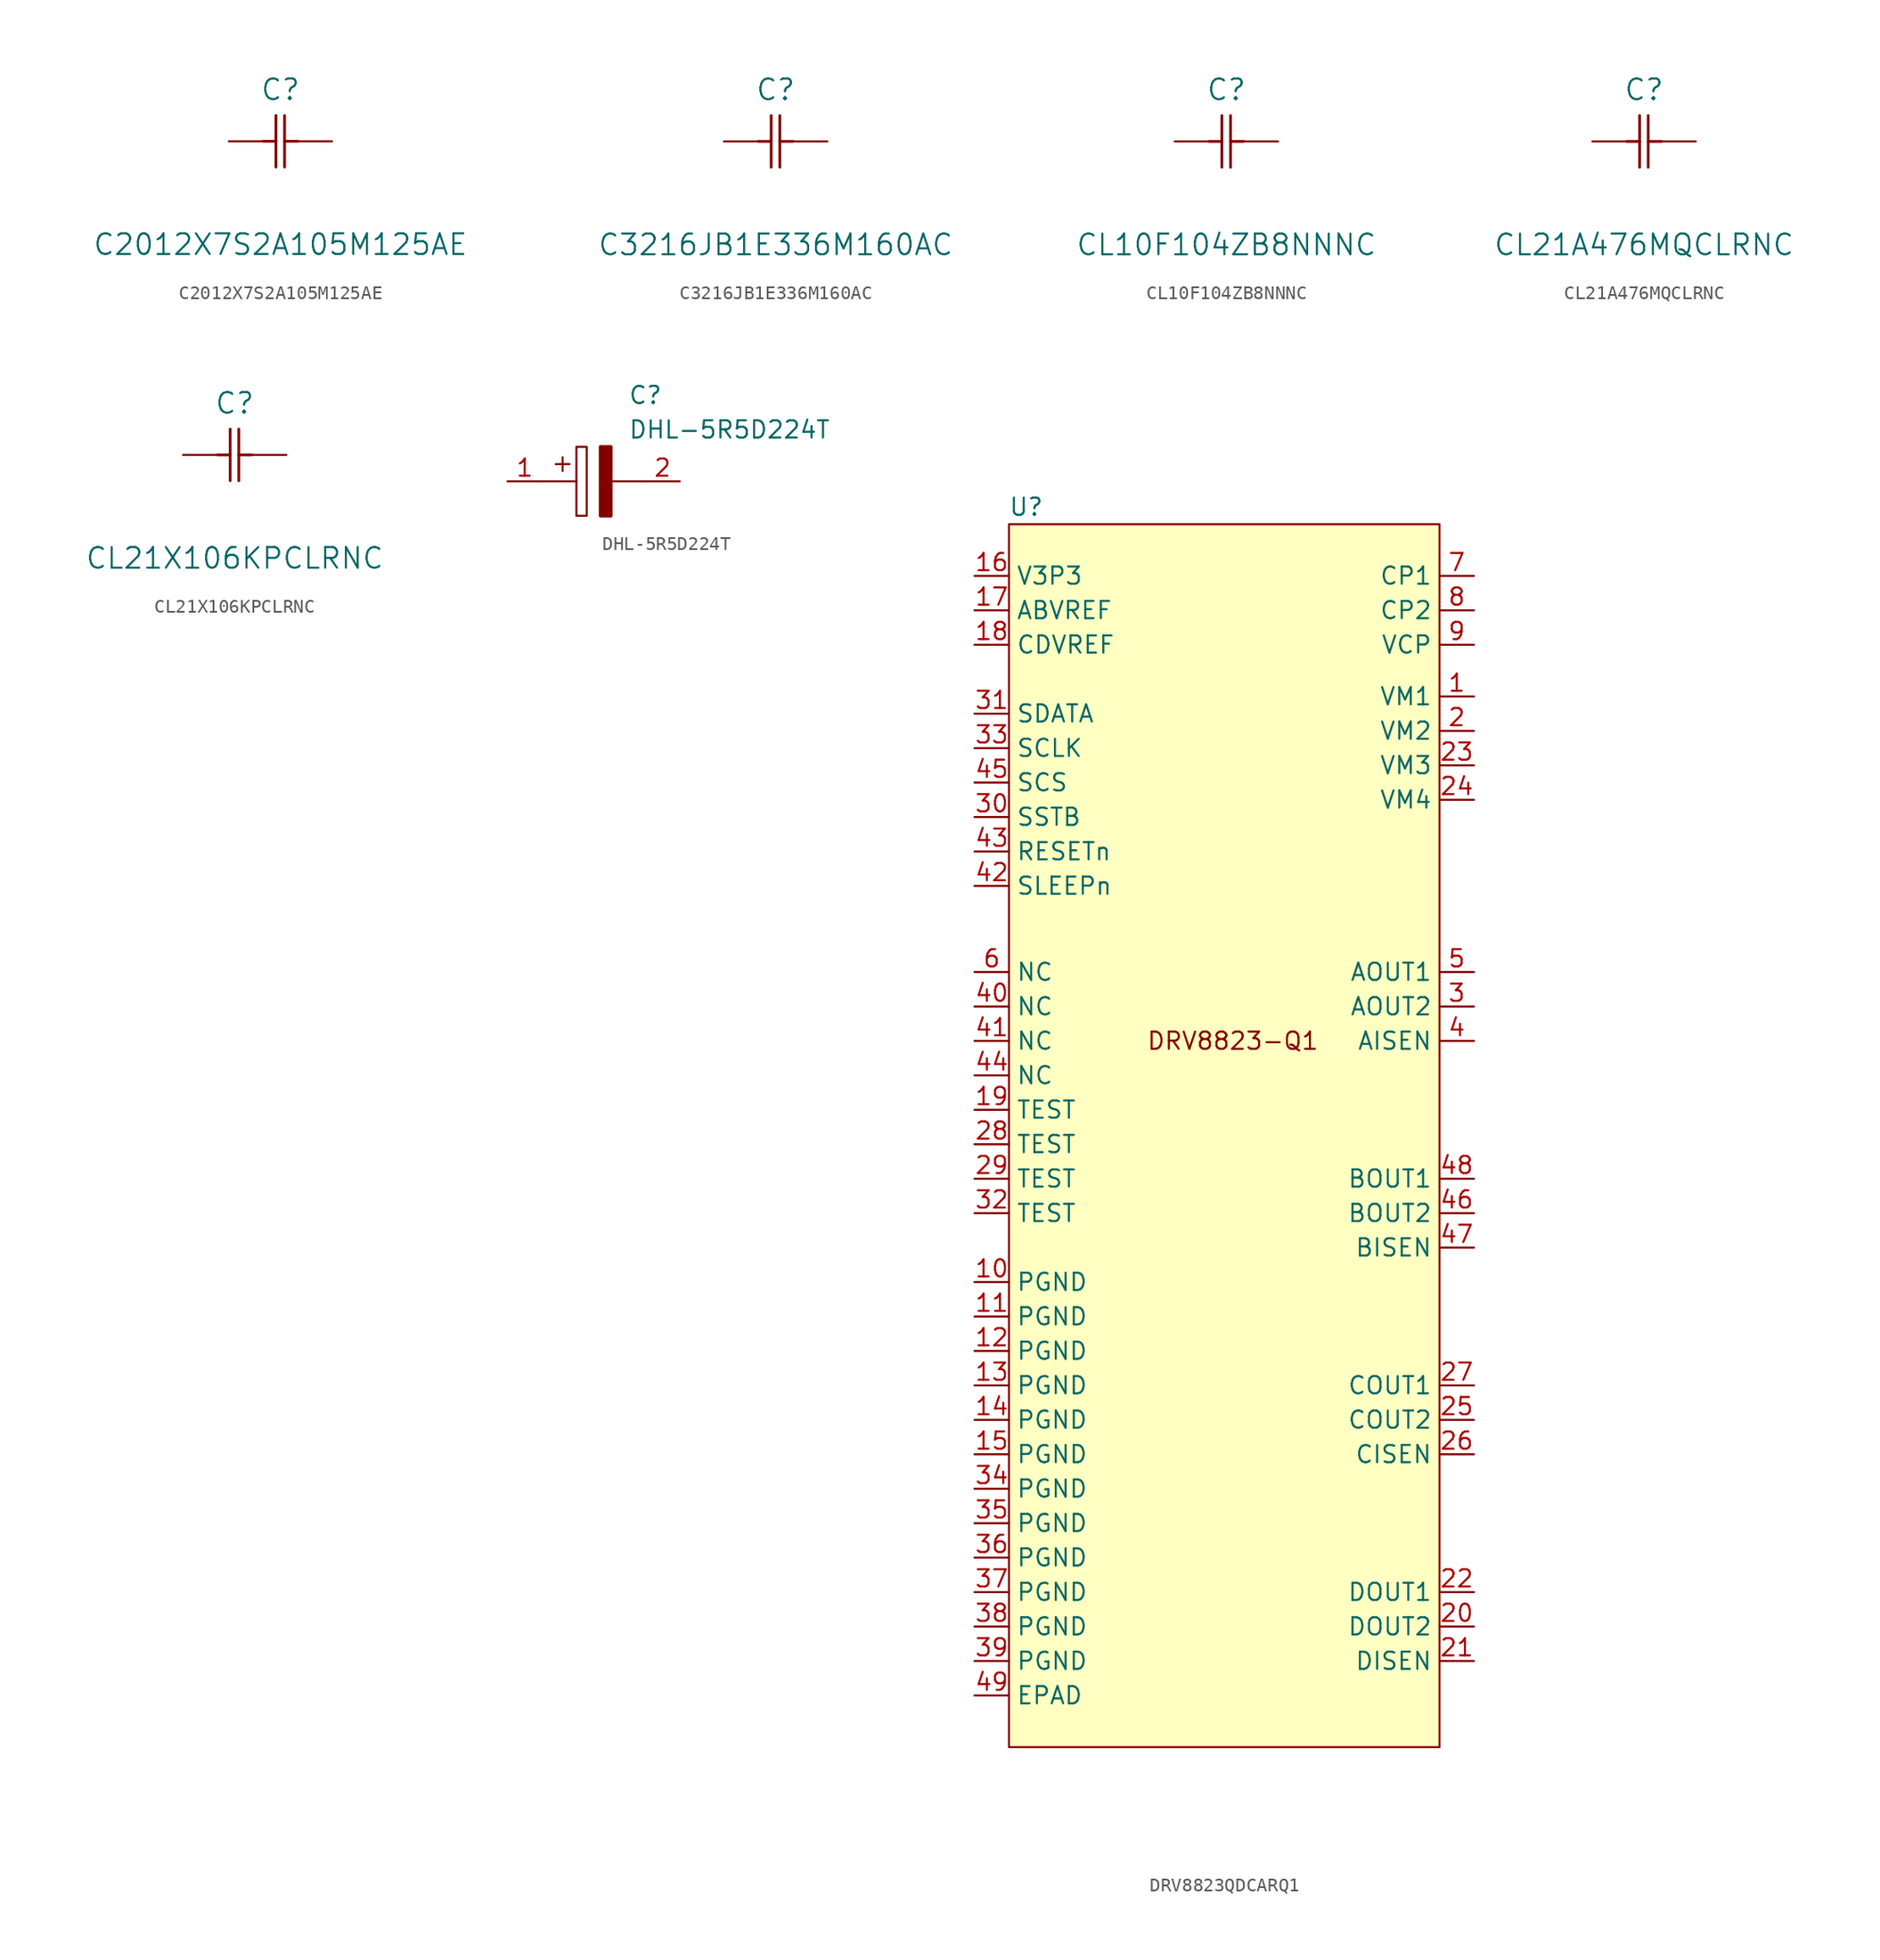
<source format=kicad_sym>
(kicad_symbol_lib
  (version 20220914)
  (generator kicad_symbol_editor)
  (symbol "C2012X7S2A105M125AE"
    (pin_numbers hide)
    (pin_names
      (offset 1.651) hide)
    (property "Reference" "C"
      (at 3.81 3.81 0)
      (effects (font (size 1.524 1.524))))
    (property "Value" "C2012X7S2A105M125AE"
      (at 3.81 -7.62 0)
      (effects (font (size 1.524 1.524))))
    (property "Datasheet" ""
      (at 0 0 0)
      (effects (font (size 1.524 1.524))))
    (property "ki_locked" ""
      (at 0 0 0)
      (effects (font (size 1.27 1.27))))
    (symbol "C2012X7S2A105M125AE_1_1"
      (polyline (pts (xy 2.54 0) (xy 3.48 0)) (stroke (width 0.203) (type default)) (fill (type none)))
      (polyline (pts (xy 3.48 -1.905) (xy 3.48 1.905)) (stroke (width 0.203) (type default)) (fill (type none)))
      (polyline (pts (xy 4.115 -1.905) (xy 4.115 1.905)) (stroke (width 0.203) (type default)) (fill (type none)))
      (polyline (pts (xy 4.115 0) (xy 5.08 0)) (stroke (width 0.203) (type default)) (fill (type none)))
      (pin passive line (at 0 0 0) (length 2.54) (name "1" (effects (font (size 1.499 1.499)))) (number "1" (effects (font (size 1.499 1.499)))))
      (pin passive line (at 7.62 0 180) (length 2.54) (name "2" (effects (font (size 1.499 1.499)))) (number "2" (effects (font (size 1.499 1.499)))))))
  (symbol "C3216JB1E336M160AC"
    (pin_numbers hide)
    (pin_names
      (offset 1.651) hide)
    (property "Reference" "C"
      (at 3.81 3.81 0)
      (effects (font (size 1.524 1.524))))
    (property "Value" "C3216JB1E336M160AC"
      (at 3.81 -7.62 0)
      (effects (font (size 1.524 1.524))))
    (property "Datasheet" ""
      (at 0 0 0)
      (effects (font (size 1.524 1.524))))
    (property "ki_locked" ""
      (at 0 0 0)
      (effects (font (size 1.27 1.27))))
    (symbol "C3216JB1E336M160AC_1_1"
      (polyline (pts (xy 2.54 0) (xy 3.48 0)) (stroke (width 0.203) (type default)) (fill (type none)))
      (polyline (pts (xy 3.48 -1.905) (xy 3.48 1.905)) (stroke (width 0.203) (type default)) (fill (type none)))
      (polyline (pts (xy 4.115 -1.905) (xy 4.115 1.905)) (stroke (width 0.203) (type default)) (fill (type none)))
      (polyline (pts (xy 4.115 0) (xy 5.08 0)) (stroke (width 0.203) (type default)) (fill (type none)))
      (pin passive line (at 0 0 0) (length 2.54) (name "1" (effects (font (size 1.499 1.499)))) (number "1" (effects (font (size 1.499 1.499)))))
      (pin passive line (at 7.62 0 180) (length 2.54) (name "2" (effects (font (size 1.499 1.499)))) (number "2" (effects (font (size 1.499 1.499)))))))
  (symbol "CL10F104ZB8NNNC"
    (pin_numbers hide)
    (pin_names
      (offset 1.651) hide)
    (property "Reference" "C"
      (at 3.81 3.81 0)
      (effects (font (size 1.524 1.524))))
    (property "Value" "CL10F104ZB8NNNC"
      (at 3.81 -7.62 0)
      (effects (font (size 1.524 1.524))))
    (property "Datasheet" ""
      (at 0 0 0)
      (effects (font (size 1.524 1.524))))
    (property "ki_locked" ""
      (at 0 0 0)
      (effects (font (size 1.27 1.27))))
    (symbol "CL10F104ZB8NNNC_1_1"
      (polyline (pts (xy 2.54 0) (xy 3.48 0)) (stroke (width 0.203) (type default)) (fill (type none)))
      (polyline (pts (xy 3.48 -1.905) (xy 3.48 1.905)) (stroke (width 0.203) (type default)) (fill (type none)))
      (polyline (pts (xy 4.115 -1.905) (xy 4.115 1.905)) (stroke (width 0.203) (type default)) (fill (type none)))
      (polyline (pts (xy 4.115 0) (xy 5.08 0)) (stroke (width 0.203) (type default)) (fill (type none)))
      (pin passive line (at 0 0 0) (length 2.54) (name "1" (effects (font (size 1.499 1.499)))) (number "1" (effects (font (size 1.499 1.499)))))
      (pin passive line (at 7.62 0 180) (length 2.54) (name "2" (effects (font (size 1.499 1.499)))) (number "2" (effects (font (size 1.499 1.499)))))))
  (symbol "CL21A476MQCLRNC"
    (pin_numbers hide)
    (pin_names
      (offset 1.651) hide)
    (property "Reference" "C"
      (at 3.81 3.81 0)
      (effects (font (size 1.524 1.524))))
    (property "Value" "CL21A476MQCLRNC"
      (at 3.81 -7.62 0)
      (effects (font (size 1.524 1.524))))
    (property "Datasheet" ""
      (at 0 0 0)
      (effects (font (size 1.524 1.524))))
    (property "ki_locked" ""
      (at 0 0 0)
      (effects (font (size 1.27 1.27))))
    (symbol "CL21A476MQCLRNC_1_1"
      (polyline (pts (xy 2.54 0) (xy 3.48 0)) (stroke (width 0.203) (type default)) (fill (type none)))
      (polyline (pts (xy 3.48 -1.905) (xy 3.48 1.905)) (stroke (width 0.203) (type default)) (fill (type none)))
      (polyline (pts (xy 4.115 -1.905) (xy 4.115 1.905)) (stroke (width 0.203) (type default)) (fill (type none)))
      (polyline (pts (xy 4.115 0) (xy 5.08 0)) (stroke (width 0.203) (type default)) (fill (type none)))
      (pin passive line (at 0 0 0) (length 2.54) (name "1" (effects (font (size 1.499 1.499)))) (number "1" (effects (font (size 1.499 1.499)))))
      (pin passive line (at 7.62 0 180) (length 2.54) (name "2" (effects (font (size 1.499 1.499)))) (number "2" (effects (font (size 1.499 1.499)))))))
  (symbol "CL21X106KPCLRNC"
    (pin_numbers hide)
    (pin_names
      (offset 1.651) hide)
    (property "Reference" "C"
      (at 3.81 3.81 0)
      (effects (font (size 1.524 1.524))))
    (property "Value" "CL21X106KPCLRNC"
      (at 3.81 -7.62 0)
      (effects (font (size 1.524 1.524))))
    (property "Datasheet" ""
      (at 0 0 0)
      (effects (font (size 1.524 1.524))))
    (property "ki_locked" ""
      (at 0 0 0)
      (effects (font (size 1.27 1.27))))
    (symbol "CL21X106KPCLRNC_1_1"
      (polyline (pts (xy 2.54 0) (xy 3.48 0)) (stroke (width 0.203) (type default)) (fill (type none)))
      (polyline (pts (xy 3.48 -1.905) (xy 3.48 1.905)) (stroke (width 0.203) (type default)) (fill (type none)))
      (polyline (pts (xy 4.115 -1.905) (xy 4.115 1.905)) (stroke (width 0.203) (type default)) (fill (type none)))
      (polyline (pts (xy 4.115 0) (xy 5.08 0)) (stroke (width 0.203) (type default)) (fill (type none)))
      (pin passive line (at 0 0 0) (length 2.54) (name "1" (effects (font (size 1.499 1.499)))) (number "1" (effects (font (size 1.499 1.499)))))
      (pin passive line (at 7.62 0 180) (length 2.54) (name "2" (effects (font (size 1.499 1.499)))) (number "2" (effects (font (size 1.499 1.499)))))))
  (symbol "DHL-5R5D224T"
    (pin_names
      (offset 0.762))
    (property "Reference" "C"
      (at 8.89 6.35 0)
      (effects (font (size 1.27 1.27)) (justify left)))
    (property "Value" "DHL-5R5D224T"
      (at 8.89 3.81 0)
      (effects (font (size 1.27 1.27)) (justify left)))
    (symbol "DHL-5R5D224T_0_0"
      (pin passive line (at 0 0 0) (length 2.54) (name "~" (effects (font (size 1.27 1.27)))) (number "1" (effects (font (size 1.27 1.27)))))
      (pin passive line (at 12.7 0 180) (length 2.54) (name "~" (effects (font (size 1.27 1.27)))) (number "2" (effects (font (size 1.27 1.27))))))
    (symbol "DHL-5R5D224T_0_1"
      (polyline (pts (xy 2.54 0) (xy 5.08 0)) (stroke (width 0.152) (type default)) (fill (type none)))
      (polyline (pts (xy 4.064 1.778) (xy 4.064 0.762)) (stroke (width 0.152) (type default)) (fill (type none)))
      (polyline (pts (xy 4.572 1.27) (xy 3.556 1.27)) (stroke (width 0.152) (type default)) (fill (type none)))
      (polyline (pts (xy 7.62 0) (xy 10.16 0)) (stroke (width 0.152) (type default)) (fill (type none)))
      (polyline (pts (xy 5.08 2.54) (xy 5.08 -2.54) (xy 5.842 -2.54) (xy 5.842 2.54) (xy 5.08 2.54)) (stroke (width 0.152) (type default)) (fill (type none)))
      (polyline (pts (xy 7.62 2.54) (xy 7.62 -2.54) (xy 6.858 -2.54) (xy 6.858 2.54) (xy 7.62 2.54)) (stroke (width 0.254) (type default)) (fill (type outline)))))
  (symbol "DRV8823QDCARQ1"
    (property "Reference" "U"
      (at 1.27 1.27 0)
      (effects (font (size 1.27 1.27))))
    (property "Value" ""
      (at 5.08 -7.62 0)
      (effects (font (size 1.27 1.27))))
    (symbol "DRV8823QDCARQ1_1_1"
      (rectangle (start 0 0) (end 31.75 -90.17) (stroke (width 0) (type default)) (fill (type background)))
      (text "DRV8823-Q1" (at 16.51 -38.1 0) (effects (font (size 1.27 1.27))))
      (pin unspecified line (at 34.29 -12.7 180) (length 2.54) (name "VM1" (effects (font (size 1.27 1.27)))) (number "1" (effects (font (size 1.27 1.27)))))
      (pin unspecified line (at -2.54 -55.88 0) (length 2.54) (name "PGND" (effects (font (size 1.27 1.27)))) (number "10" (effects (font (size 1.27 1.27)))))
      (pin unspecified line (at -2.54 -58.42 0) (length 2.54) (name "PGND" (effects (font (size 1.27 1.27)))) (number "11" (effects (font (size 1.27 1.27)))))
      (pin unspecified line (at -2.54 -60.96 0) (length 2.54) (name "PGND" (effects (font (size 1.27 1.27)))) (number "12" (effects (font (size 1.27 1.27)))))
      (pin unspecified line (at -2.54 -63.5 0) (length 2.54) (name "PGND" (effects (font (size 1.27 1.27)))) (number "13" (effects (font (size 1.27 1.27)))))
      (pin unspecified line (at -2.54 -66.04 0) (length 2.54) (name "PGND" (effects (font (size 1.27 1.27)))) (number "14" (effects (font (size 1.27 1.27)))))
      (pin unspecified line (at -2.54 -68.58 0) (length 2.54) (name "PGND" (effects (font (size 1.27 1.27)))) (number "15" (effects (font (size 1.27 1.27)))))
      (pin unspecified line (at -2.54 -3.81 0) (length 2.54) (name "V3P3" (effects (font (size 1.27 1.27)))) (number "16" (effects (font (size 1.27 1.27)))))
      (pin unspecified line (at -2.54 -6.35 0) (length 2.54) (name "ABVREF" (effects (font (size 1.27 1.27)))) (number "17" (effects (font (size 1.27 1.27)))))
      (pin unspecified line (at -2.54 -8.89 0) (length 2.54) (name "CDVREF" (effects (font (size 1.27 1.27)))) (number "18" (effects (font (size 1.27 1.27)))))
      (pin unspecified line (at -2.54 -43.18 0) (length 2.54) (name "TEST" (effects (font (size 1.27 1.27)))) (number "19" (effects (font (size 1.27 1.27)))))
      (pin unspecified line (at 34.29 -15.24 180) (length 2.54) (name "VM2" (effects (font (size 1.27 1.27)))) (number "2" (effects (font (size 1.27 1.27)))))
      (pin unspecified line (at 34.29 -81.28 180) (length 2.54) (name "DOUT2" (effects (font (size 1.27 1.27)))) (number "20" (effects (font (size 1.27 1.27)))))
      (pin unspecified line (at 34.29 -83.82 180) (length 2.54) (name "DISEN" (effects (font (size 1.27 1.27)))) (number "21" (effects (font (size 1.27 1.27)))))
      (pin unspecified line (at 34.29 -78.74 180) (length 2.54) (name "DOUT1" (effects (font (size 1.27 1.27)))) (number "22" (effects (font (size 1.27 1.27)))))
      (pin unspecified line (at 34.29 -17.78 180) (length 2.54) (name "VM3" (effects (font (size 1.27 1.27)))) (number "23" (effects (font (size 1.27 1.27)))))
      (pin unspecified line (at 34.29 -20.32 180) (length 2.54) (name "VM4" (effects (font (size 1.27 1.27)))) (number "24" (effects (font (size 1.27 1.27)))))
      (pin unspecified line (at 34.29 -66.04 180) (length 2.54) (name "COUT2" (effects (font (size 1.27 1.27)))) (number "25" (effects (font (size 1.27 1.27)))))
      (pin unspecified line (at 34.29 -68.58 180) (length 2.54) (name "CISEN" (effects (font (size 1.27 1.27)))) (number "26" (effects (font (size 1.27 1.27)))))
      (pin unspecified line (at 34.29 -63.5 180) (length 2.54) (name "COUT1" (effects (font (size 1.27 1.27)))) (number "27" (effects (font (size 1.27 1.27)))))
      (pin unspecified line (at -2.54 -45.72 0) (length 2.54) (name "TEST" (effects (font (size 1.27 1.27)))) (number "28" (effects (font (size 1.27 1.27)))))
      (pin unspecified line (at -2.54 -48.26 0) (length 2.54) (name "TEST" (effects (font (size 1.27 1.27)))) (number "29" (effects (font (size 1.27 1.27)))))
      (pin unspecified line (at 34.29 -35.56 180) (length 2.54) (name "AOUT2" (effects (font (size 1.27 1.27)))) (number "3" (effects (font (size 1.27 1.27)))))
      (pin unspecified line (at -2.54 -21.59 0) (length 2.54) (name "SSTB" (effects (font (size 1.27 1.27)))) (number "30" (effects (font (size 1.27 1.27)))))
      (pin unspecified line (at -2.54 -13.97 0) (length 2.54) (name "SDATA" (effects (font (size 1.27 1.27)))) (number "31" (effects (font (size 1.27 1.27)))))
      (pin unspecified line (at -2.54 -50.8 0) (length 2.54) (name "TEST" (effects (font (size 1.27 1.27)))) (number "32" (effects (font (size 1.27 1.27)))))
      (pin unspecified line (at -2.54 -16.51 0) (length 2.54) (name "SCLK" (effects (font (size 1.27 1.27)))) (number "33" (effects (font (size 1.27 1.27)))))
      (pin unspecified line (at -2.54 -71.12 0) (length 2.54) (name "PGND" (effects (font (size 1.27 1.27)))) (number "34" (effects (font (size 1.27 1.27)))))
      (pin unspecified line (at -2.54 -73.66 0) (length 2.54) (name "PGND" (effects (font (size 1.27 1.27)))) (number "35" (effects (font (size 1.27 1.27)))))
      (pin unspecified line (at -2.54 -76.2 0) (length 2.54) (name "PGND" (effects (font (size 1.27 1.27)))) (number "36" (effects (font (size 1.27 1.27)))))
      (pin unspecified line (at -2.54 -78.74 0) (length 2.54) (name "PGND" (effects (font (size 1.27 1.27)))) (number "37" (effects (font (size 1.27 1.27)))))
      (pin unspecified line (at -2.54 -81.28 0) (length 2.54) (name "PGND" (effects (font (size 1.27 1.27)))) (number "38" (effects (font (size 1.27 1.27)))))
      (pin unspecified line (at -2.54 -83.82 0) (length 2.54) (name "PGND" (effects (font (size 1.27 1.27)))) (number "39" (effects (font (size 1.27 1.27)))))
      (pin unspecified line (at 34.29 -38.1 180) (length 2.54) (name "AISEN" (effects (font (size 1.27 1.27)))) (number "4" (effects (font (size 1.27 1.27)))))
      (pin unspecified line (at -2.54 -35.56 0) (length 2.54) (name "NC" (effects (font (size 1.27 1.27)))) (number "40" (effects (font (size 1.27 1.27)))))
      (pin unspecified line (at -2.54 -38.1 0) (length 2.54) (name "NC" (effects (font (size 1.27 1.27)))) (number "41" (effects (font (size 1.27 1.27)))))
      (pin unspecified line (at -2.54 -26.67 0) (length 2.54) (name "SLEEPn" (effects (font (size 1.27 1.27)))) (number "42" (effects (font (size 1.27 1.27)))))
      (pin unspecified line (at -2.54 -24.13 0) (length 2.54) (name "RESETn" (effects (font (size 1.27 1.27)))) (number "43" (effects (font (size 1.27 1.27)))))
      (pin unspecified line (at -2.54 -40.64 0) (length 2.54) (name "NC" (effects (font (size 1.27 1.27)))) (number "44" (effects (font (size 1.27 1.27)))))
      (pin unspecified line (at -2.54 -19.05 0) (length 2.54) (name "SCS" (effects (font (size 1.27 1.27)))) (number "45" (effects (font (size 1.27 1.27)))))
      (pin unspecified line (at 34.29 -50.8 180) (length 2.54) (name "BOUT2" (effects (font (size 1.27 1.27)))) (number "46" (effects (font (size 1.27 1.27)))))
      (pin unspecified line (at 34.29 -53.34 180) (length 2.54) (name "BISEN" (effects (font (size 1.27 1.27)))) (number "47" (effects (font (size 1.27 1.27)))))
      (pin unspecified line (at 34.29 -48.26 180) (length 2.54) (name "BOUT1" (effects (font (size 1.27 1.27)))) (number "48" (effects (font (size 1.27 1.27)))))
      (pin unspecified line (at -2.54 -86.36 0) (length 2.54) (name "EPAD" (effects (font (size 1.27 1.27)))) (number "49" (effects (font (size 1.27 1.27)))))
      (pin unspecified line (at 34.29 -33.02 180) (length 2.54) (name "AOUT1" (effects (font (size 1.27 1.27)))) (number "5" (effects (font (size 1.27 1.27)))))
      (pin unspecified line (at -2.54 -33.02 0) (length 2.54) (name "NC" (effects (font (size 1.27 1.27)))) (number "6" (effects (font (size 1.27 1.27)))))
      (pin unspecified line (at 34.29 -3.81 180) (length 2.54) (name "CP1" (effects (font (size 1.27 1.27)))) (number "7" (effects (font (size 1.27 1.27)))))
      (pin unspecified line (at 34.29 -6.35 180) (length 2.54) (name "CP2" (effects (font (size 1.27 1.27)))) (number "8" (effects (font (size 1.27 1.27)))))
      (pin unspecified line (at 34.29 -8.89 180) (length 2.54) (name "VCP" (effects (font (size 1.27 1.27)))) (number "9" (effects (font (size 1.27 1.27))))))))
</source>
